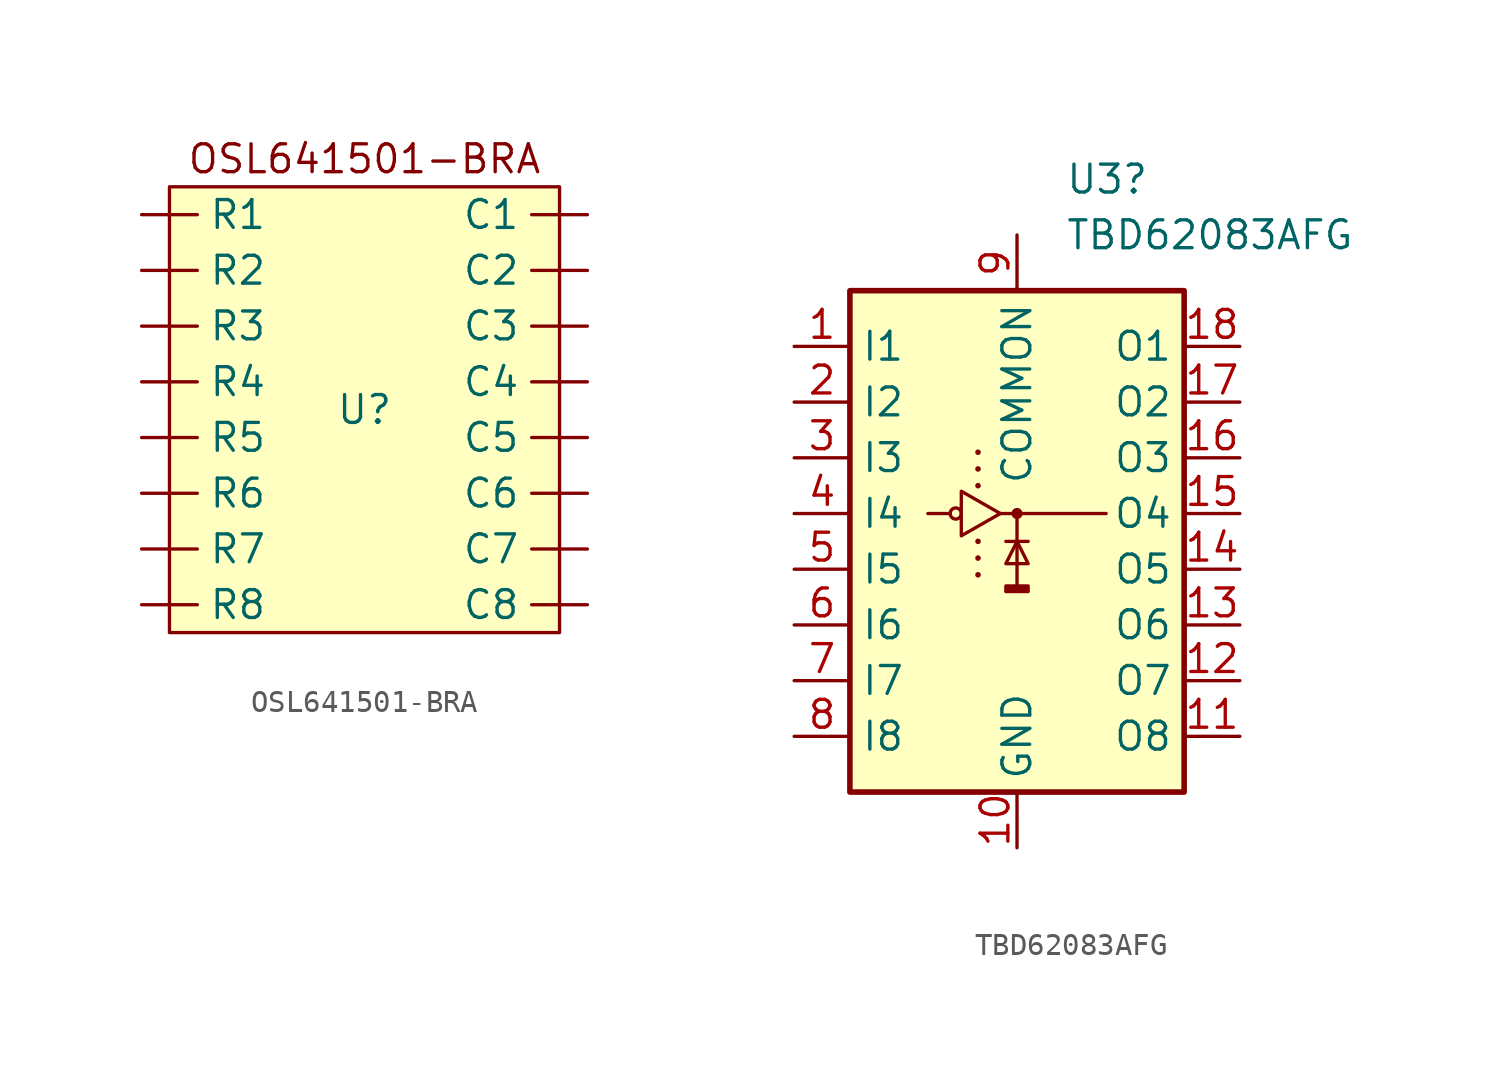
<source format=kicad_sym>
(kicad_symbol_lib
  (version 20231120)
  (generator "kicad_symbol_editor")
  (generator_version "8.0")
  (symbol "OSL641501-BRA"
    (property "Reference" "U"
      (at 0 0 0)
      (effects (font (size 1.27 1.27))))
    (property "Value" ""
      (at 0 3.81 0)
      (effects (font (size 1.27 1.27))))
    (symbol "OSL641501-BRA_1_1"
      (rectangle (start -8.89 10.16) (end 8.89 -10.16) (stroke (width 0) (type default)) (fill (type background)))
      (text "OSL641501-BRA" (at 0 11.43 0) (effects (font (size 1.27 1.27))))
      (pin input line (at 10.16 8.89 180) (length 2.54) (name "C1" (effects (font (size 1.27 1.27)))) (number "" (effects (font (size 1.27 1.27)))))
      (pin input line (at 10.16 6.35 180) (length 2.54) (name "C2" (effects (font (size 1.27 1.27)))) (number "" (effects (font (size 1.27 1.27)))))
      (pin input line (at 10.16 3.81 180) (length 2.54) (name "C3" (effects (font (size 1.27 1.27)))) (number "" (effects (font (size 1.27 1.27)))))
      (pin input line (at 10.16 1.27 180) (length 2.54) (name "C4" (effects (font (size 1.27 1.27)))) (number "" (effects (font (size 1.27 1.27)))))
      (pin input line (at 10.16 -1.27 180) (length 2.54) (name "C5" (effects (font (size 1.27 1.27)))) (number "" (effects (font (size 1.27 1.27)))))
      (pin input line (at 10.16 -3.81 180) (length 2.54) (name "C6" (effects (font (size 1.27 1.27)))) (number "" (effects (font (size 1.27 1.27)))))
      (pin input line (at 10.16 -6.35 180) (length 2.54) (name "C7" (effects (font (size 1.27 1.27)))) (number "" (effects (font (size 1.27 1.27)))))
      (pin input line (at 10.16 -8.89 180) (length 2.54) (name "C8" (effects (font (size 1.27 1.27)))) (number "" (effects (font (size 1.27 1.27)))))
      (pin input line (at -10.16 8.89 0) (length 2.54) (name "R1" (effects (font (size 1.27 1.27)))) (number "" (effects (font (size 1.27 1.27)))))
      (pin input line (at -10.16 6.35 0) (length 2.54) (name "R2" (effects (font (size 1.27 1.27)))) (number "" (effects (font (size 1.27 1.27)))))
      (pin input line (at -10.16 3.81 0) (length 2.54) (name "R3" (effects (font (size 1.27 1.27)))) (number "" (effects (font (size 1.27 1.27)))))
      (pin input line (at -10.16 1.27 0) (length 2.54) (name "R4" (effects (font (size 1.27 1.27)))) (number "" (effects (font (size 1.27 1.27)))))
      (pin input line (at -10.16 -1.27 0) (length 2.54) (name "R5" (effects (font (size 1.27 1.27)))) (number "" (effects (font (size 1.27 1.27)))))
      (pin input line (at -10.16 -3.81 0) (length 2.54) (name "R6" (effects (font (size 1.27 1.27)))) (number "" (effects (font (size 1.27 1.27)))))
      (pin input line (at -10.16 -6.35 0) (length 2.54) (name "R7" (effects (font (size 1.27 1.27)))) (number "" (effects (font (size 1.27 1.27)))))
      (pin input line (at -10.16 -8.89 0) (length 2.54) (name "R8" (effects (font (size 1.27 1.27)))) (number "" (effects (font (size 1.27 1.27)))))))
  (symbol "TBD62083AFG"
    (property "Reference" "U3"
      (at 2.194 15.24 0)
      (effects (font (size 1.27 1.27)) (justify left)))
    (property "Value" "TBD62083AFG"
      (at 2.194 12.7 0)
      (effects (font (size 1.27 1.27)) (justify left)))
    (symbol "TBD62083AFG_0_1"
      (rectangle (start -7.62 10.16) (end 7.62 -12.7) (stroke (width 0.254) (type default)) (fill (type background)))
      (circle (center -2.794 0) (radius 0.254) (stroke (width 0) (type default)) (fill (type none)))
      (rectangle (start -0.508 -3.302) (end 0.508 -3.556) (stroke (width 0) (type default)) (fill (type outline)))
      (polyline (pts (xy -4.064 0) (xy -3.048 0)) (stroke (width 0) (type default)) (fill (type none)))
      (polyline (pts (xy -1.778 -2.794) (xy -1.778 -2.794)) (stroke (width 0.254) (type default)) (fill (type none)))
      (polyline (pts (xy -1.778 -2.032) (xy -1.778 -2.032)) (stroke (width 0.254) (type default)) (fill (type none)))
      (polyline (pts (xy -1.778 -1.27) (xy -1.778 -1.27)) (stroke (width 0.254) (type default)) (fill (type none)))
      (polyline (pts (xy -1.778 1.27) (xy -1.778 1.27)) (stroke (width 0.254) (type default)) (fill (type none)))
      (polyline (pts (xy -1.778 2.032) (xy -1.778 2.032)) (stroke (width 0.254) (type default)) (fill (type none)))
      (polyline (pts (xy -1.778 2.794) (xy -1.778 2.794)) (stroke (width 0.254) (type default)) (fill (type none)))
      (polyline (pts (xy -0.762 0) (xy 4.064 0)) (stroke (width 0) (type default)) (fill (type none)))
      (polyline (pts (xy -0.508 -1.27) (xy 0.508 -1.27)) (stroke (width 0) (type default)) (fill (type none)))
      (polyline (pts (xy 0 0) (xy 0 -3.302)) (stroke (width 0) (type default)) (fill (type none)))
      (polyline (pts (xy 0 0) (xy 0 0)) (stroke (width 0.508) (type default)) (fill (type none)))
      (polyline (pts (xy 0 -1.27) (xy -0.508 -2.286) (xy 0.508 -2.286) (xy 0 -1.27)) (stroke (width 0) (type default)) (fill (type none)))
      (polyline (pts (xy -2.54 0) (xy -2.54 0) (xy -2.54 1.016) (xy -0.762 0) (xy -2.54 -1.016) (xy -2.54 0)) (stroke (width 0) (type default)) (fill (type none))))
    (symbol "TBD62083AFG_1_1"
      (pin input line (at -10.16 7.62 0) (length 2.54) (name "I1" (effects (font (size 1.27 1.27)))) (number "1" (effects (font (size 1.27 1.27)))))
      (pin power_in line (at 0 -15.24 90) (length 2.54) (name "GND" (effects (font (size 1.27 1.27)))) (number "10" (effects (font (size 1.27 1.27)))))
      (pin open_emitter line (at 10.16 -10.16 180) (length 2.54) (name "O8" (effects (font (size 1.27 1.27)))) (number "11" (effects (font (size 1.27 1.27)))))
      (pin open_emitter line (at 10.16 -7.62 180) (length 2.54) (name "O7" (effects (font (size 1.27 1.27)))) (number "12" (effects (font (size 1.27 1.27)))))
      (pin open_emitter line (at 10.16 -5.08 180) (length 2.54) (name "O6" (effects (font (size 1.27 1.27)))) (number "13" (effects (font (size 1.27 1.27)))))
      (pin open_emitter line (at 10.16 -2.54 180) (length 2.54) (name "O5" (effects (font (size 1.27 1.27)))) (number "14" (effects (font (size 1.27 1.27)))))
      (pin open_emitter line (at 10.16 0 180) (length 2.54) (name "O4" (effects (font (size 1.27 1.27)))) (number "15" (effects (font (size 1.27 1.27)))))
      (pin open_emitter line (at 10.16 2.54 180) (length 2.54) (name "O3" (effects (font (size 1.27 1.27)))) (number "16" (effects (font (size 1.27 1.27)))))
      (pin open_emitter line (at 10.16 5.08 180) (length 2.54) (name "O2" (effects (font (size 1.27 1.27)))) (number "17" (effects (font (size 1.27 1.27)))))
      (pin open_emitter line (at 10.16 7.62 180) (length 2.54) (name "O1" (effects (font (size 1.27 1.27)))) (number "18" (effects (font (size 1.27 1.27)))))
      (pin input line (at -10.16 5.08 0) (length 2.54) (name "I2" (effects (font (size 1.27 1.27)))) (number "2" (effects (font (size 1.27 1.27)))))
      (pin input line (at -10.16 2.54 0) (length 2.54) (name "I3" (effects (font (size 1.27 1.27)))) (number "3" (effects (font (size 1.27 1.27)))))
      (pin input line (at -10.16 0 0) (length 2.54) (name "I4" (effects (font (size 1.27 1.27)))) (number "4" (effects (font (size 1.27 1.27)))))
      (pin input line (at -10.16 -2.54 0) (length 2.54) (name "I5" (effects (font (size 1.27 1.27)))) (number "5" (effects (font (size 1.27 1.27)))))
      (pin input line (at -10.16 -5.08 0) (length 2.54) (name "I6" (effects (font (size 1.27 1.27)))) (number "6" (effects (font (size 1.27 1.27)))))
      (pin input line (at -10.16 -7.62 0) (length 2.54) (name "I7" (effects (font (size 1.27 1.27)))) (number "7" (effects (font (size 1.27 1.27)))))
      (pin input line (at -10.16 -10.16 0) (length 2.54) (name "I8" (effects (font (size 1.27 1.27)))) (number "8" (effects (font (size 1.27 1.27)))))
      (pin power_in line (at 0 12.7 270) (length 2.54) (name "COMMON" (effects (font (size 1.27 1.27)))) (number "9" (effects (font (size 1.27 1.27))))))))
</source>
